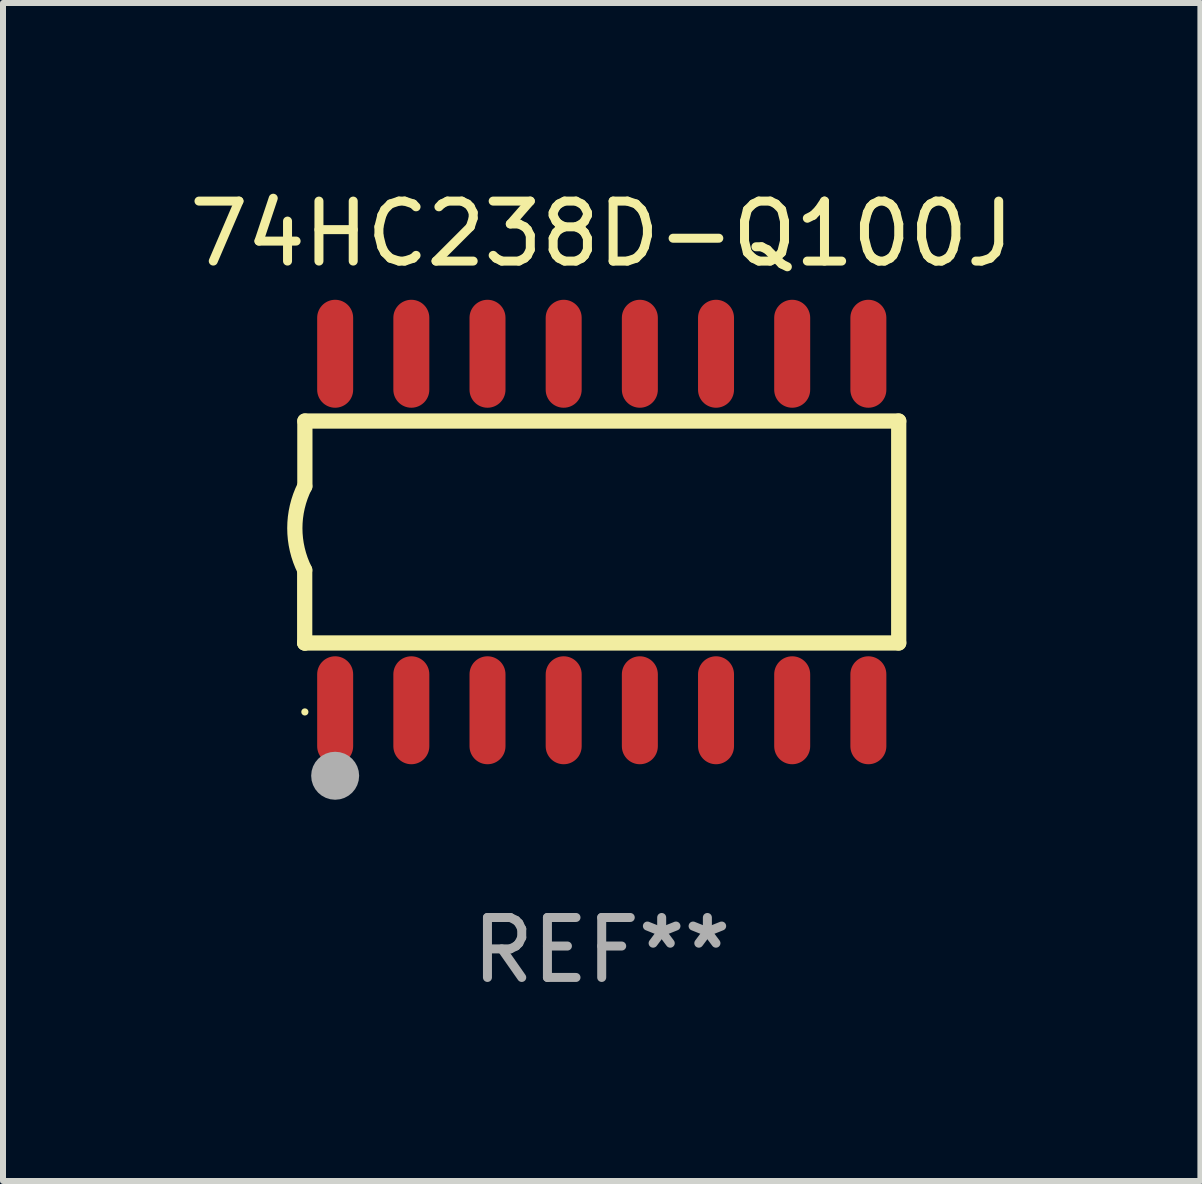
<source format=kicad_pcb>
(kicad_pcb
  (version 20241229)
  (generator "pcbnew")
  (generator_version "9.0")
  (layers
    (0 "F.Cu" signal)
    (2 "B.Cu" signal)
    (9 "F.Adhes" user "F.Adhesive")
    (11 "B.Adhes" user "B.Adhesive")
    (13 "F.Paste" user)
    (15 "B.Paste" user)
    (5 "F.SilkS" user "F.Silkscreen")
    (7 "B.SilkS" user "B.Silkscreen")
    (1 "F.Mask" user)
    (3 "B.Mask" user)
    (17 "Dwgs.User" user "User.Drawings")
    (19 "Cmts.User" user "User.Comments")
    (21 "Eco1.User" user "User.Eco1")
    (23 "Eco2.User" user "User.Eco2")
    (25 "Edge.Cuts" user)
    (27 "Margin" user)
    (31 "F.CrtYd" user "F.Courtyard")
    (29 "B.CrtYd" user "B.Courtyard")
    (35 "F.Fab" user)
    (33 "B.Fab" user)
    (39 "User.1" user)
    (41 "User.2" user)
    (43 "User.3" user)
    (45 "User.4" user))
  (footprint "74HC238D-Q100J"
    (layer "F.Cu")
    (at 6.982 5.82)
    (property "Reference" "74HC238D-Q100J" (at 0 -4.972 0) (layer "F.SilkS") (effects (font (size 1 1) (thickness 0.15))))
    (attr through_hole)
    (fp_line (start -4.952 0.635) (end -4.952 1.85) (stroke (width 0.254) (type solid)) (layer "F.SilkS"))
    (fp_line (start -4.952 1.85) (end -4.949 1.85) (stroke (width 0.254) (type solid)) (layer "F.SilkS"))
    (fp_line (start -4.949 -1.85) (end -4.949 -0.762) (stroke (width 0.254) (type solid)) (layer "F.SilkS"))
    (fp_line (start -4.949 1.85) (end 4.952 1.85) (stroke (width 0.254) (type solid)) (layer "F.SilkS"))
    (fp_line (start 4.952 -1.85) (end -4.949 -1.85) (stroke (width 0.254) (type solid)) (layer "F.SilkS"))
    (fp_line (start 4.952 1.85) (end 4.952 -1.85) (stroke (width 0.254) (type solid)) (layer "F.SilkS"))
    (fp_arc (start -4.951524 0.635001) (mid -5.116418 -0.0635) (end -4.951524 -0.762002) (stroke (width 0.254001) (type solid)) (layer "F.SilkS"))
    (fp_circle (center -4.949 3) (end -4.919 3) (stroke (width 0.06) (type solid)) (fill no) (layer "F.SilkS"))
    (fp_circle (center -4.444 4.064) (end -4.244 4.064) (stroke (width 0.4) (type solid)) (fill no) (layer "F.Fab"))
    (fp_text user "REF**" (at 0 6.972 0) (layer "F.Fab") (effects (font (size 1 1) (thickness 0.15))))
    (pad "1" smd oval (at -4.444 2.972 180) (size 0.6 1.8) (layers "F.Cu" "F.Mask" "F.Paste"))
    (pad "2" smd oval (at -3.174 2.972 180) (size 0.6 1.8) (layers "F.Cu" "F.Mask" "F.Paste"))
    (pad "3" smd oval (at -1.904 2.972 180) (size 0.6 1.8) (layers "F.Cu" "F.Mask" "F.Paste"))
    (pad "4" smd oval (at -0.634 2.972 180) (size 0.6 1.8) (layers "F.Cu" "F.Mask" "F.Paste"))
    (pad "5" smd oval (at 0.636 2.972 180) (size 0.6 1.8) (layers "F.Cu" "F.Mask" "F.Paste"))
    (pad "6" smd oval (at 1.906 2.972 180) (size 0.6 1.8) (layers "F.Cu" "F.Mask" "F.Paste"))
    (pad "7" smd oval (at 3.176 2.972 180) (size 0.6 1.8) (layers "F.Cu" "F.Mask" "F.Paste"))
    (pad "8" smd oval (at 4.446 2.972 180) (size 0.6 1.8) (layers "F.Cu" "F.Mask" "F.Paste"))
    (pad "9" smd oval (at 4.446 -2.972 180) (size 0.6 1.8) (layers "F.Cu" "F.Mask" "F.Paste"))
    (pad "10" smd oval (at 3.176 -2.972 180) (size 0.6 1.8) (layers "F.Cu" "F.Mask" "F.Paste"))
    (pad "11" smd oval (at 1.906 -2.972 180) (size 0.6 1.8) (layers "F.Cu" "F.Mask" "F.Paste"))
    (pad "12" smd oval (at 0.636 -2.972 180) (size 0.6 1.8) (layers "F.Cu" "F.Mask" "F.Paste"))
    (pad "13" smd oval (at -0.634 -2.972 180) (size 0.6 1.8) (layers "F.Cu" "F.Mask" "F.Paste"))
    (pad "14" smd oval (at -1.904 -2.972 180) (size 0.6 1.8) (layers "F.Cu" "F.Mask" "F.Paste"))
    (pad "15" smd oval (at -3.174 -2.972 180) (size 0.6 1.8) (layers "F.Cu" "F.Mask" "F.Paste"))
    (pad "16" smd oval (at -4.444 -2.972 180) (size 0.6 1.8) (layers "F.Cu" "F.Mask" "F.Paste")))
  (gr_rect
    (start -3 -3)
    (end 16.964 16.64)
    (stroke (width 0.1) (type default))
    (fill no)
    (layer "Edge.Cuts")))
</source>
